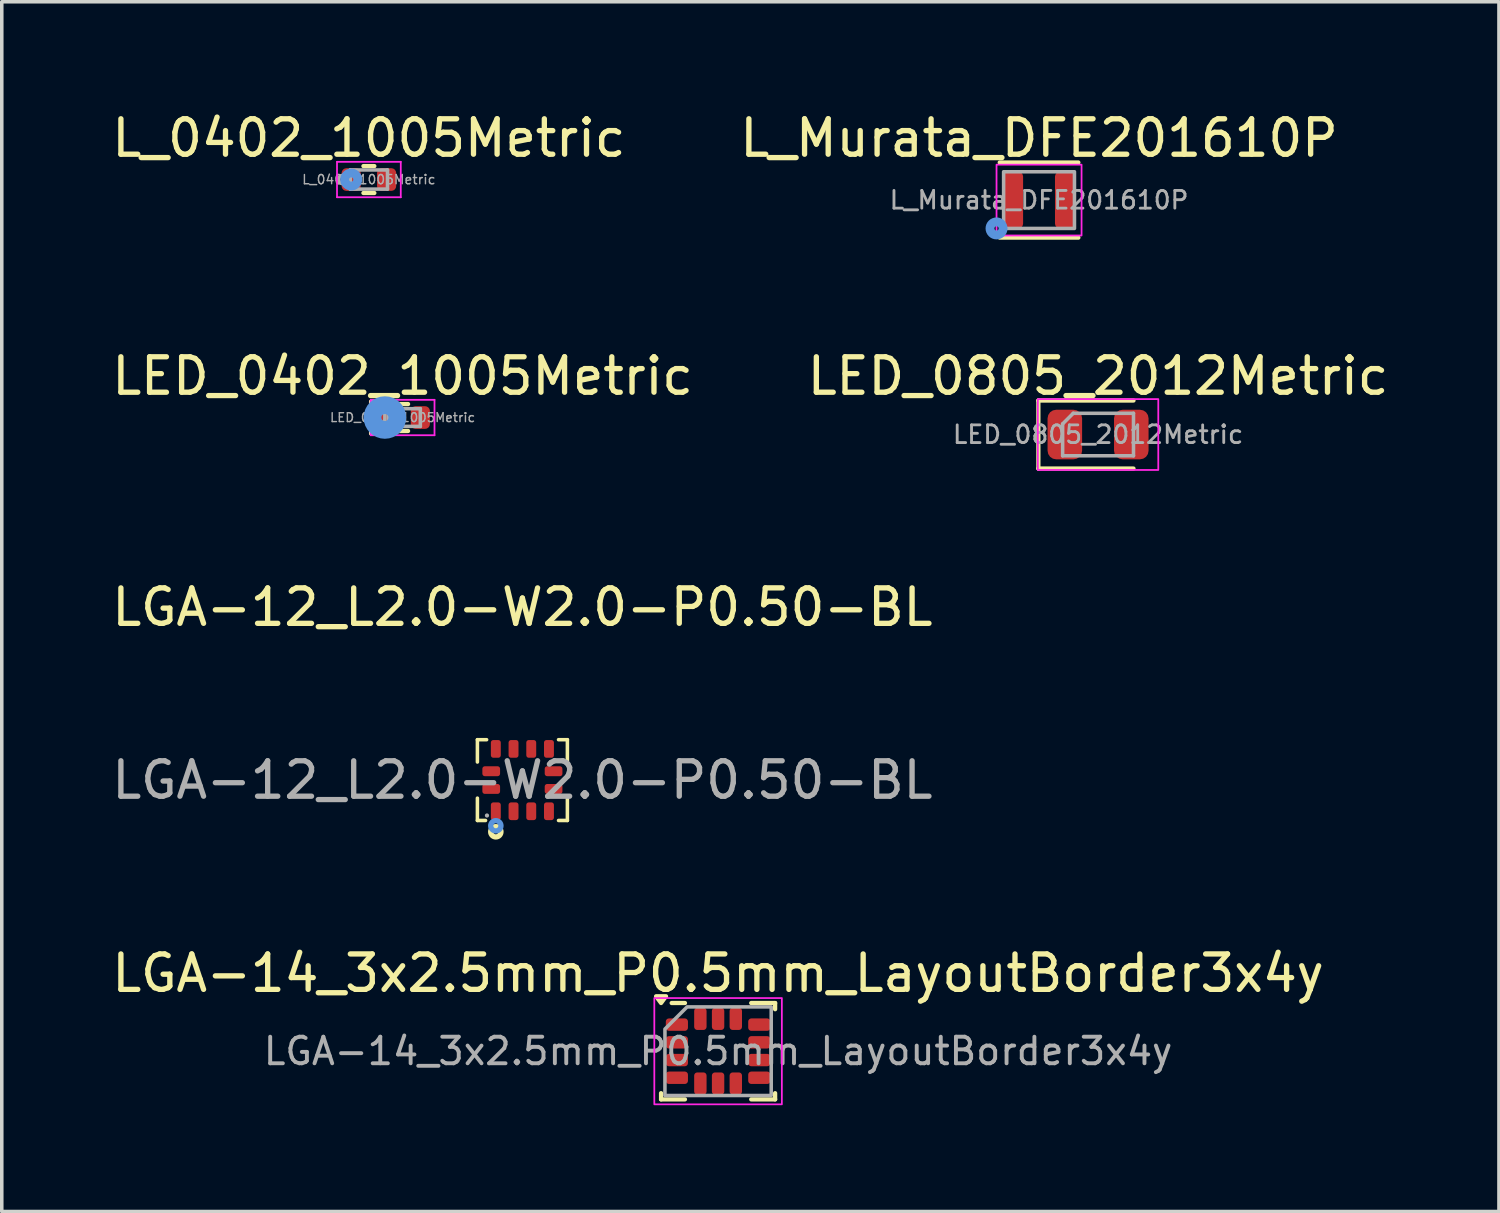
<source format=kicad_pcb>
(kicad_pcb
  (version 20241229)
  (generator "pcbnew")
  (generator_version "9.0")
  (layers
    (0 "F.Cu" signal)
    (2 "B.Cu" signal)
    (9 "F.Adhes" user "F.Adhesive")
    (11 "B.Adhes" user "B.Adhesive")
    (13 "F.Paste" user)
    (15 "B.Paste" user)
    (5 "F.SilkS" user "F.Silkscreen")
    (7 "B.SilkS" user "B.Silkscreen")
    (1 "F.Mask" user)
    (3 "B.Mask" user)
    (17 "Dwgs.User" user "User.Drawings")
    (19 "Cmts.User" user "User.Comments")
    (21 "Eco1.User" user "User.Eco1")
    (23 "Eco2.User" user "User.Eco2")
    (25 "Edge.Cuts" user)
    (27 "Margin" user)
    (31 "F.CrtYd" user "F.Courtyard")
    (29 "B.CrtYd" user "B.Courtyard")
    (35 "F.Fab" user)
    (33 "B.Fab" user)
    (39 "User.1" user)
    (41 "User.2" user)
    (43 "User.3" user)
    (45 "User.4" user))
  (footprint "L_Murata_DFE201610P"
    (layer "F.Cu")
    (at 26.28 2.598)
    (property "Reference" "L_Murata_DFE201610P" (at 0 -1.75 0) (layer "F.SilkS") (effects (font (size 1 1) (thickness 0.15))))
    (attr smd)
    (fp_line (start -1.11 -1.06) (end 1.11 -1.06) (stroke (width 0.12) (type solid)) (layer "F.SilkS"))
    (fp_line (start 1.11 1.06) (end -1.11 1.06) (stroke (width 0.12) (type solid)) (layer "F.SilkS"))
    (fp_circle (center -1.2 0.8) (end -1.14 0.8) (stroke (width 0.25) (type solid)) (fill no) (layer "Cmts.User"))
    (fp_rect (start -1.2 -1) (end 1.2 1) (stroke (width 0.05) (type solid)) (fill no) (layer "F.CrtYd"))
    (fp_rect (start -1 -0.8) (end 1 0.8) (stroke (width 0.1) (type solid)) (fill no) (layer "F.Fab"))
    (fp_text user "${REFERENCE}" (at 0 0 0) (layer "F.Fab") (effects (font (size 0.5 0.5) (thickness 0.08))))
    (pad "1" smd roundrect (at -0.725 0) (size 0.55 1.6) (layers "F.Cu" "F.Mask" "F.Paste") (roundrect_rratio 0.25))
    (pad "2" smd roundrect (at 0.725 0) (size 0.55 1.6) (layers "F.Cu" "F.Mask" "F.Paste") (roundrect_rratio 0.25)))
  (footprint "LGA-12_L2.0-W2.0-P0.50-BL"
    (layer "F.Cu")
    (at 11.696 18.97)
    (property "Reference" "LGA-12_L2.0-W2.0-P0.50-BL" (at 0 -4.88 0) (layer "F.SilkS") (effects (font (size 1 1) (thickness 0.15))))
    (attr smd)
    (fp_line (start -1.27 -1.14) (end -1.27 -0.51) (stroke (width 0.1) (type solid)) (layer "F.SilkS"))
    (fp_line (start -1.27 0.51) (end -1.27 1.14) (stroke (width 0.1) (type solid)) (layer "F.SilkS"))
    (fp_line (start -1.27 1.14) (end -1.04 1.14) (stroke (width 0.1) (type solid)) (layer "F.SilkS"))
    (fp_line (start -1.01 -1.14) (end -1.27 -1.14) (stroke (width 0.1) (type solid)) (layer "F.SilkS"))
    (fp_line (start 1.02 -1.14) (end 1.27 -1.14) (stroke (width 0.1) (type solid)) (layer "F.SilkS"))
    (fp_line (start 1.27 -1.14) (end 1.27 -0.51) (stroke (width 0.1) (type solid)) (layer "F.SilkS"))
    (fp_line (start 1.27 0.51) (end 1.27 1.14) (stroke (width 0.1) (type solid)) (layer "F.SilkS"))
    (fp_line (start 1.27 1.14) (end 1.02 1.14) (stroke (width 0.1) (type solid)) (layer "F.SilkS"))
    (fp_circle (center -0.75 1.46) (end -0.68 1.46) (stroke (width 0.15) (type solid)) (fill no) (layer "F.SilkS"))
    (fp_circle (center -0.75 1.29) (end -0.68 1.29) (stroke (width 0.15) (type solid)) (fill no) (layer "Cmts.User"))
    (fp_circle (center -1 1) (end -0.97 1) (stroke (width 0.06) (type solid)) (fill no) (layer "F.Fab"))
    (fp_text user "${REFERENCE}" (at 0 0 0) (layer "F.Fab") (effects (font (size 1 1) (thickness 0.15))))
    (pad "1" smd roundrect (at -0.75 0.88) (size 0.28 0.5) (layers "F.Cu" "F.Mask" "F.Paste") (roundrect_rratio 0.25))
    (pad "2" smd roundrect (at -0.25 0.88) (size 0.28 0.5) (layers "F.Cu" "F.Mask" "F.Paste") (roundrect_rratio 0.25))
    (pad "3" smd roundrect (at 0.25 0.88) (size 0.28 0.5) (layers "F.Cu" "F.Mask" "F.Paste") (roundrect_rratio 0.25))
    (pad "4" smd roundrect (at 0.75 0.88) (size 0.28 0.5) (layers "F.Cu" "F.Mask" "F.Paste") (roundrect_rratio 0.25))
    (pad "5" smd roundrect (at 0.88 0.25) (size 0.5 0.28) (layers "F.Cu" "F.Mask" "F.Paste") (roundrect_rratio 0.25))
    (pad "6" smd roundrect (at 0.88 -0.25) (size 0.5 0.28) (layers "F.Cu" "F.Mask" "F.Paste") (roundrect_rratio 0.25))
    (pad "7" smd roundrect (at 0.75 -0.88) (size 0.28 0.5) (layers "F.Cu" "F.Mask" "F.Paste") (roundrect_rratio 0.25))
    (pad "8" smd roundrect (at 0.25 -0.88) (size 0.28 0.5) (layers "F.Cu" "F.Mask" "F.Paste") (roundrect_rratio 0.25))
    (pad "9" smd roundrect (at -0.25 -0.88) (size 0.28 0.5) (layers "F.Cu" "F.Mask" "F.Paste") (roundrect_rratio 0.25))
    (pad "10" smd roundrect (at -0.75 -0.88) (size 0.28 0.5) (layers "F.Cu" "F.Mask" "F.Paste") (roundrect_rratio 0.25))
    (pad "11" smd roundrect (at -0.88 -0.25) (size 0.5 0.28) (layers "F.Cu" "F.Mask" "F.Paste") (roundrect_rratio 0.25))
    (pad "12" smd roundrect (at -0.88 0.25) (size 0.5 0.28) (layers "F.Cu" "F.Mask" "F.Paste") (roundrect_rratio 0.25)))
  (footprint "LGA-14_3x2.5mm_P0.5mm_LayoutBorder3x4y"
    (layer "F.Cu")
    (at 17.22 26.623)
    (property "Reference" "LGA-14_3x2.5mm_P0.5mm_LayoutBorder3x4y" (at 0 -2.2 0) (layer "F.SilkS") (effects (font (size 1 1) (thickness 0.15))))
    (attr smd)
    (fp_line (start -1.61 1.36) (end -1.61 1.185) (stroke (width 0.12) (type solid)) (layer "F.SilkS"))
    (fp_line (start -0.935 -1.36) (end -1.31 -1.36) (stroke (width 0.12) (type solid)) (layer "F.SilkS"))
    (fp_line (start -0.935 1.36) (end -1.61 1.36) (stroke (width 0.12) (type solid)) (layer "F.SilkS"))
    (fp_line (start 0.935 -1.36) (end 1.61 -1.36) (stroke (width 0.12) (type solid)) (layer "F.SilkS"))
    (fp_line (start 0.935 1.36) (end 1.61 1.36) (stroke (width 0.12) (type solid)) (layer "F.SilkS"))
    (fp_line (start 1.61 -1.36) (end 1.61 -1.185) (stroke (width 0.12) (type solid)) (layer "F.SilkS"))
    (fp_line (start 1.61 1.36) (end 1.61 1.185) (stroke (width 0.12) (type solid)) (layer "F.SilkS"))
    (fp_poly (pts (xy -1.61 -1.36) (xy -1.75 -1.55) (xy -1.47 -1.55)) (stroke (width 0.12) (type solid)) (fill yes) (layer "F.SilkS"))
    (fp_rect (start -1.8 -1.5) (end 1.8 1.5) (stroke (width 0.05) (type solid)) (fill no) (layer "F.CrtYd"))
    (fp_poly (pts (xy -1.5 -0.625) (xy -1.5 1.25) (xy 1.5 1.25) (xy 1.5 -1.25) (xy -0.875 -1.25)) (stroke (width 0.1) (type solid)) (fill no) (layer "F.Fab"))
    (fp_text user "${REFERENCE}" (at 0 0 0) (layer "F.Fab") (effects (font (size 0.75 0.75) (thickness 0.11))))
    (pad "1" smd roundrect (at -1.163 -0.75) (size 0.625 0.35) (layers "F.Cu" "F.Mask" "F.Paste") (roundrect_rratio 0.25))
    (pad "2" smd roundrect (at -1.163 -0.25) (size 0.625 0.35) (layers "F.Cu" "F.Mask" "F.Paste") (roundrect_rratio 0.25))
    (pad "3" smd roundrect (at -1.163 0.25) (size 0.625 0.35) (layers "F.Cu" "F.Mask" "F.Paste") (roundrect_rratio 0.25))
    (pad "4" smd roundrect (at -1.163 0.75) (size 0.625 0.35) (layers "F.Cu" "F.Mask" "F.Paste") (roundrect_rratio 0.25))
    (pad "5" smd roundrect (at -0.5 0.912) (size 0.35 0.625) (layers "F.Cu" "F.Mask" "F.Paste") (roundrect_rratio 0.25))
    (pad "6" smd roundrect (at 0 0.912) (size 0.35 0.625) (layers "F.Cu" "F.Mask" "F.Paste") (roundrect_rratio 0.25))
    (pad "7" smd roundrect (at 0.5 0.912) (size 0.35 0.625) (layers "F.Cu" "F.Mask" "F.Paste") (roundrect_rratio 0.25))
    (pad "8" smd roundrect (at 1.163 0.75) (size 0.625 0.35) (layers "F.Cu" "F.Mask" "F.Paste") (roundrect_rratio 0.25))
    (pad "9" smd roundrect (at 1.163 0.25) (size 0.625 0.35) (layers "F.Cu" "F.Mask" "F.Paste") (roundrect_rratio 0.25))
    (pad "10" smd roundrect (at 1.163 -0.25) (size 0.625 0.35) (layers "F.Cu" "F.Mask" "F.Paste") (roundrect_rratio 0.25))
    (pad "11" smd roundrect (at 1.163 -0.75) (size 0.625 0.35) (layers "F.Cu" "F.Mask" "F.Paste") (roundrect_rratio 0.25))
    (pad "12" smd roundrect (at 0.5 -0.912) (size 0.35 0.625) (layers "F.Cu" "F.Mask" "F.Paste") (roundrect_rratio 0.25))
    (pad "13" smd roundrect (at 0 -0.912) (size 0.35 0.625) (layers "F.Cu" "F.Mask" "F.Paste") (roundrect_rratio 0.25))
    (pad "14" smd roundrect (at -0.5 -0.912) (size 0.35 0.625) (layers "F.Cu" "F.Mask" "F.Paste") (roundrect_rratio 0.25)))
  (footprint "L_0402_1005Metric"
    (layer "F.Cu")
    (at 7.363 2.018)
    (property "Reference" "L_0402_1005Metric" (at 0 -1.17 0) (layer "F.SilkS") (effects (font (size 1 1) (thickness 0.15))))
    (attr smd)
    (fp_line (start -0.154 -0.38) (end 0.154 -0.38) (stroke (width 0.12) (type solid)) (layer "F.SilkS"))
    (fp_line (start -0.154 0.38) (end 0.154 0.38) (stroke (width 0.12) (type solid)) (layer "F.SilkS"))
    (fp_circle (center -0.5 0) (end -0.44 0) (stroke (width 0.25) (type solid)) (fill no) (layer "Cmts.User"))
    (fp_line (start -0.9 -0.5) (end 0.9 -0.5) (stroke (width 0.05) (type solid)) (layer "F.CrtYd"))
    (fp_line (start -0.9 0.5) (end -0.9 -0.5) (stroke (width 0.05) (type solid)) (layer "F.CrtYd"))
    (fp_line (start 0.9 -0.5) (end 0.9 0.5) (stroke (width 0.05) (type solid)) (layer "F.CrtYd"))
    (fp_line (start 0.9 0.5) (end -0.9 0.5) (stroke (width 0.05) (type solid)) (layer "F.CrtYd"))
    (fp_line (start -0.525 -0.27) (end 0.525 -0.27) (stroke (width 0.1) (type solid)) (layer "F.Fab"))
    (fp_line (start -0.525 0.27) (end -0.525 -0.27) (stroke (width 0.1) (type solid)) (layer "F.Fab"))
    (fp_line (start 0.525 -0.27) (end 0.525 0.27) (stroke (width 0.1) (type solid)) (layer "F.Fab"))
    (fp_line (start 0.525 0.27) (end -0.525 0.27) (stroke (width 0.1) (type solid)) (layer "F.Fab"))
    (fp_circle (center -0.75 0) (end -0.7 0.1) (stroke (width 0.1) (type default)) (fill no) (layer "F.Fab"))
    (fp_text user "${REFERENCE}" (at 0 0 0) (layer "F.Fab") (effects (font (size 0.26 0.26) (thickness 0.04))))
    (pad "1" smd roundrect (at -0.5 0) (size 0.54 0.64) (layers "F.Cu" "F.Mask" "F.Paste") (roundrect_rratio 0.25))
    (pad "2" smd roundrect (at 0.5 0) (size 0.54 0.64) (layers "F.Cu" "F.Mask" "F.Paste") (roundrect_rratio 0.25)))
  (footprint "LED_0805_2012Metric"
    (layer "F.Cu")
    (at 27.946 9.216)
    (property "Reference" "LED_0805_2012Metric" (at 0 -1.65 0) (layer "F.SilkS") (effects (font (size 1 1) (thickness 0.15))))
    (attr smd)
    (fp_line (start -1.685 -0.96) (end -1.685 0.96) (stroke (width 0.12) (type solid)) (layer "F.SilkS"))
    (fp_line (start -1.685 0.96) (end 1 0.96) (stroke (width 0.12) (type solid)) (layer "F.SilkS"))
    (fp_line (start 1 -0.96) (end -1.685 -0.96) (stroke (width 0.12) (type solid)) (layer "F.SilkS"))
    (fp_rect (start -1.7 -1) (end 1.7 1) (stroke (width 0.05) (type default)) (fill no) (layer "F.CrtYd"))
    (fp_line (start -1 -0.3) (end -1 0.6) (stroke (width 0.1) (type solid)) (layer "F.Fab"))
    (fp_line (start -1 0.6) (end 1 0.6) (stroke (width 0.1) (type solid)) (layer "F.Fab"))
    (fp_line (start -0.7 -0.6) (end -1 -0.3) (stroke (width 0.1) (type solid)) (layer "F.Fab"))
    (fp_line (start 1 -0.6) (end -0.7 -0.6) (stroke (width 0.1) (type solid)) (layer "F.Fab"))
    (fp_line (start 1 0.6) (end 1 -0.6) (stroke (width 0.1) (type solid)) (layer "F.Fab"))
    (fp_text user "${REFERENCE}" (at 0 0 0) (layer "F.Fab") (effects (font (size 0.5 0.5) (thickness 0.08))))
    (pad "1" smd roundrect (at -0.938 0) (size 0.975 1.4) (layers "F.Cu" "F.Mask" "F.Paste") (roundrect_rratio 0.25))
    (pad "2" smd roundrect (at 0.938 0) (size 0.975 1.4) (layers "F.Cu" "F.Mask" "F.Paste") (roundrect_rratio 0.25)))
  (footprint "LED_0402_1005Metric"
    (layer "F.Cu")
    (at 8.315 8.736)
    (property "Reference" "LED_0402_1005Metric" (at 0 -1.17 0) (layer "F.SilkS") (effects (font (size 1 1) (thickness 0.15))))
    (attr smd)
    (fp_line (start -0.9 -0.45) (end -0.9 0.45) (stroke (width 0.1) (type default)) (layer "F.SilkS"))
    (fp_line (start -0.9 -0.45) (end -0.5 -0.45) (stroke (width 0.1) (type default)) (layer "F.SilkS"))
    (fp_line (start -0.9 0.45) (end -0.5 0.45) (stroke (width 0.1) (type default)) (layer "F.SilkS"))
    (fp_line (start -0.154 -0.38) (end 0.154 -0.38) (stroke (width 0.12) (type solid)) (layer "F.SilkS"))
    (fp_line (start -0.154 0.38) (end 0.154 0.38) (stroke (width 0.12) (type solid)) (layer "F.SilkS"))
    (fp_circle (center -0.5 0) (end -0.4 0) (stroke (width 0.5) (type solid)) (fill no) (layer "Cmts.User"))
    (fp_line (start -0.9 -0.5) (end 0.9 -0.5) (stroke (width 0.05) (type solid)) (layer "F.CrtYd"))
    (fp_line (start -0.9 0.5) (end -0.9 -0.5) (stroke (width 0.05) (type solid)) (layer "F.CrtYd"))
    (fp_line (start 0.9 -0.5) (end 0.9 0.5) (stroke (width 0.05) (type solid)) (layer "F.CrtYd"))
    (fp_line (start 0.9 0.5) (end -0.9 0.5) (stroke (width 0.05) (type solid)) (layer "F.CrtYd"))
    (fp_line (start -0.5 -0.25) (end 0.5 -0.25) (stroke (width 0.1) (type solid)) (layer "F.Fab"))
    (fp_line (start -0.5 0.25) (end -0.5 -0.25) (stroke (width 0.1) (type solid)) (layer "F.Fab"))
    (fp_line (start -0.4 0.25) (end -0.4 -0.25) (stroke (width 0.1) (type solid)) (layer "F.Fab"))
    (fp_line (start -0.3 0.25) (end -0.3 -0.25) (stroke (width 0.1) (type solid)) (layer "F.Fab"))
    (fp_line (start 0.5 -0.25) (end 0.5 0.25) (stroke (width 0.1) (type solid)) (layer "F.Fab"))
    (fp_line (start 0.5 0.25) (end -0.5 0.25) (stroke (width 0.1) (type solid)) (layer "F.Fab"))
    (fp_text user "${REFERENCE}" (at 0 0 0) (layer "F.Fab") (effects (font (size 0.25 0.25) (thickness 0.04))))
    (pad "1" smd roundrect (at -0.5 0) (size 0.54 0.64) (layers "F.Cu" "F.Mask" "F.Paste") (roundrect_rratio 0.25))
    (pad "2" smd roundrect (at 0.5 0) (size 0.54 0.64) (layers "F.Cu" "F.Mask" "F.Paste") (roundrect_rratio 0.25)))
  (gr_rect
    (start -3 -3)
    (end 39.262 31.148)
    (stroke (width 0.1) (type default))
    (fill no)
    (layer "Edge.Cuts")))
</source>
